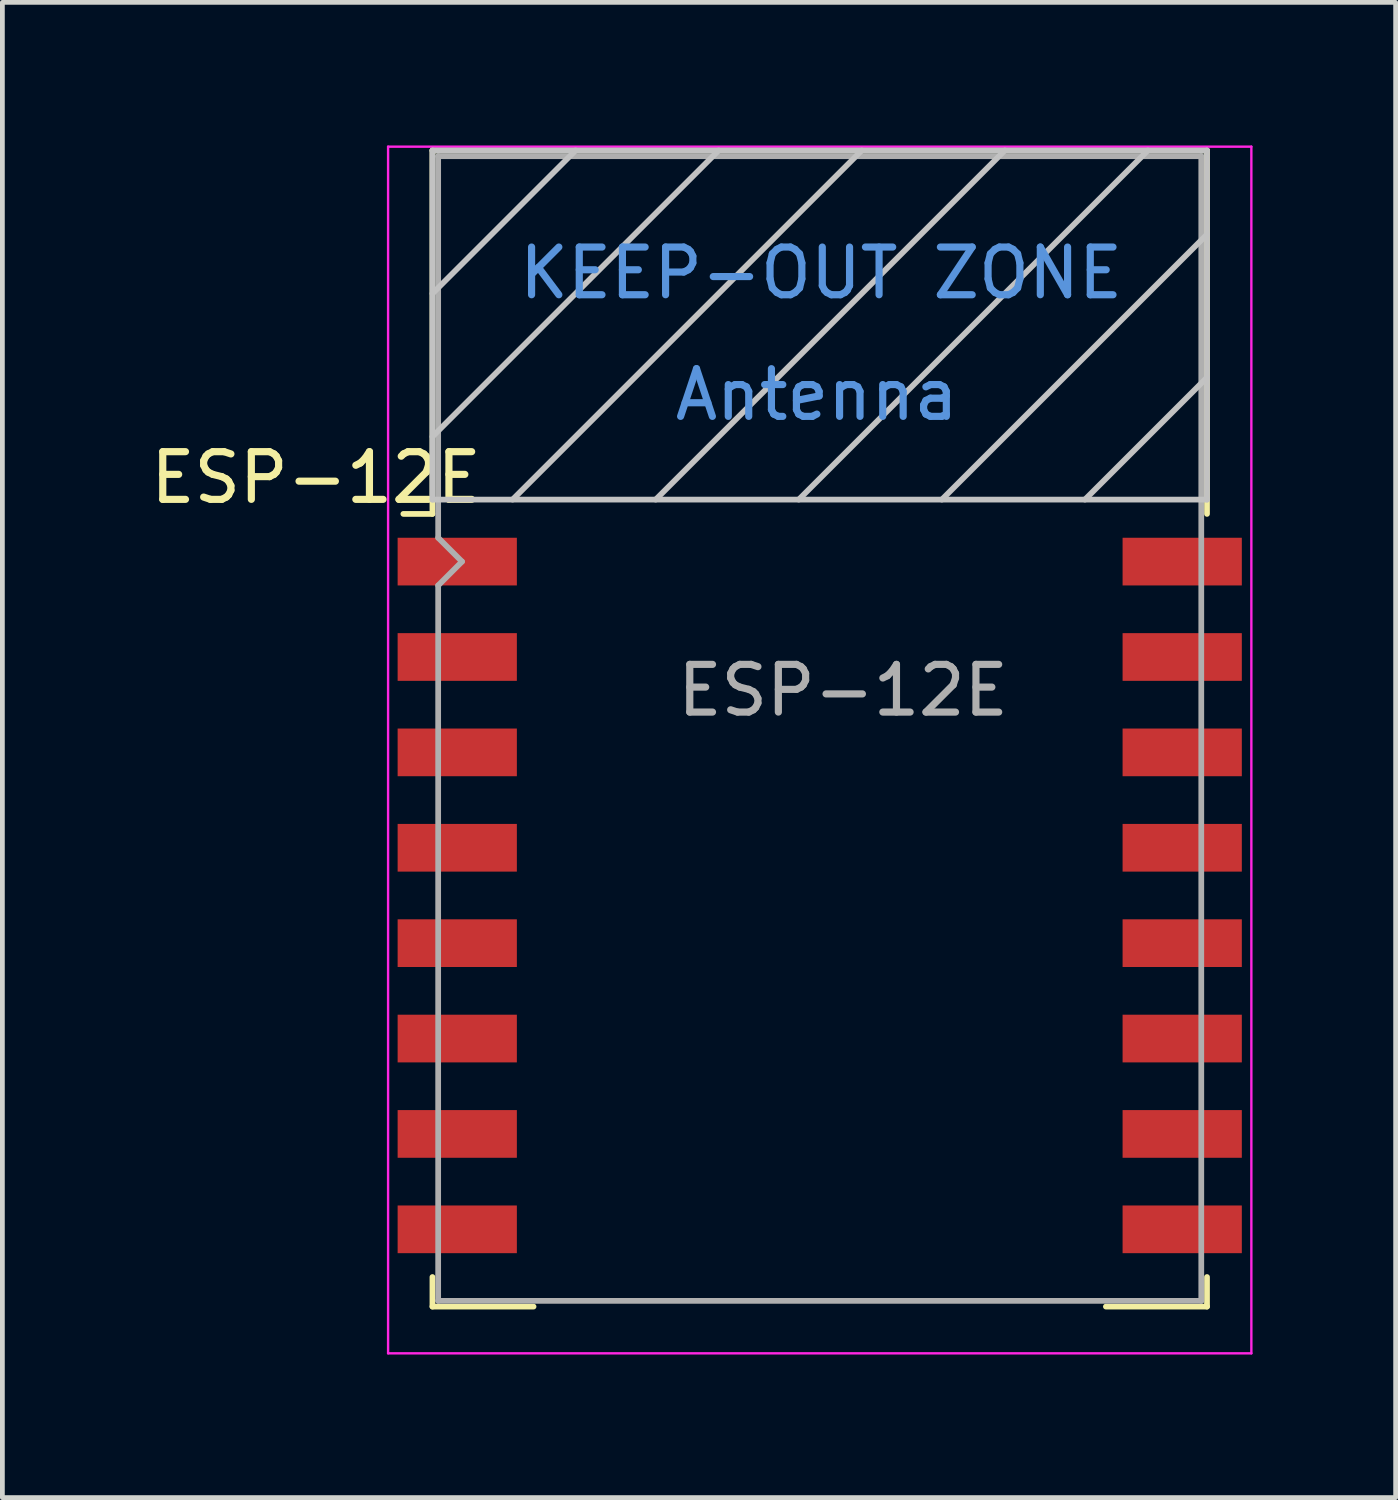
<source format=kicad_pcb>
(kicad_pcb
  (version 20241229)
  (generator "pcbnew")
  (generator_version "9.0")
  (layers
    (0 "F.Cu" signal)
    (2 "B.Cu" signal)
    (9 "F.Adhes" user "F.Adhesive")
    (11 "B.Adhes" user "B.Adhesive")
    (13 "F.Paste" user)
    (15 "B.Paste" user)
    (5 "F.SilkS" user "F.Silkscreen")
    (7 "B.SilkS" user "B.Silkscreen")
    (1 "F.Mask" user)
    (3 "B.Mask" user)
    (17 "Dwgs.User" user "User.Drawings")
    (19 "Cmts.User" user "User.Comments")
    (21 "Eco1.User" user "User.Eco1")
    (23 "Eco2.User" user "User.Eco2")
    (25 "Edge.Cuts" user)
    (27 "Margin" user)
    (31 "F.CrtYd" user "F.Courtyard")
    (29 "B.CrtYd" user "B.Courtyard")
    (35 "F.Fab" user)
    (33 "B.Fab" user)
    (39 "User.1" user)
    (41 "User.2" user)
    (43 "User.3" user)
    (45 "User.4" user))
  (footprint "ESP-12E"
    (placed yes)
    (layer "F.Cu")
    (at 14.137 12.225)
    (property "Reference" "ESP-12E" (at -10.56 -5.26 0) (layer "F.SilkS") (effects (font (size 1 1) (thickness 0.15))))
    (attr smd)
    (fp_line (start -8.12 -12.12) (end 8.12 -12.12) (stroke (width 0.12) (type solid)) (layer "F.SilkS"))
    (fp_line (start -8.12 -4.5) (end -8.73 -4.5) (stroke (width 0.12) (type solid)) (layer "F.SilkS"))
    (fp_line (start -8.12 -4.5) (end -8.12 -12.12) (stroke (width 0.12) (type solid)) (layer "F.SilkS"))
    (fp_line (start -8.12 12.12) (end -8.12 11.5) (stroke (width 0.12) (type solid)) (layer "F.SilkS"))
    (fp_line (start -6 12.12) (end -8.12 12.12) (stroke (width 0.12) (type solid)) (layer "F.SilkS"))
    (fp_line (start 8.12 -12.12) (end 8.12 -4.5) (stroke (width 0.12) (type solid)) (layer "F.SilkS"))
    (fp_line (start 8.12 11.5) (end 8.12 12.12) (stroke (width 0.12) (type solid)) (layer "F.SilkS"))
    (fp_line (start 8.12 12.12) (end 6 12.12) (stroke (width 0.12) (type solid)) (layer "F.SilkS"))
    (fp_line (start -8.12 -12.12) (end 8.12 -12.12) (stroke (width 0.12) (type solid)) (layer "Dwgs.User"))
    (fp_line (start -8.12 -9.12) (end -5.12 -12.12) (stroke (width 0.12) (type solid)) (layer "Dwgs.User"))
    (fp_line (start -8.12 -6.12) (end -2.12 -12.12) (stroke (width 0.12) (type solid)) (layer "Dwgs.User"))
    (fp_line (start -8.12 -4.8) (end -8.12 -12.12) (stroke (width 0.12) (type solid)) (layer "Dwgs.User"))
    (fp_line (start -6.44 -4.8) (end 0.88 -12.12) (stroke (width 0.12) (type solid)) (layer "Dwgs.User"))
    (fp_line (start -3.44 -4.8) (end 3.88 -12.12) (stroke (width 0.12) (type solid)) (layer "Dwgs.User"))
    (fp_line (start -0.44 -4.8) (end 6.88 -12.12) (stroke (width 0.12) (type solid)) (layer "Dwgs.User"))
    (fp_line (start 2.56 -4.8) (end 8.12 -10.36) (stroke (width 0.12) (type solid)) (layer "Dwgs.User"))
    (fp_line (start 5.56 -4.8) (end 8.12 -7.36) (stroke (width 0.12) (type solid)) (layer "Dwgs.User"))
    (fp_line (start 8.12 -12.12) (end 8.12 -4.8) (stroke (width 0.12) (type solid)) (layer "Dwgs.User"))
    (fp_line (start 8.12 -4.8) (end -8.12 -4.8) (stroke (width 0.12) (type solid)) (layer "Dwgs.User"))
    (fp_line (start -9.05 -12.2) (end 9.05 -12.2) (stroke (width 0.05) (type solid)) (layer "F.CrtYd"))
    (fp_line (start -9.05 13.1) (end -9.05 -12.2) (stroke (width 0.05) (type solid)) (layer "F.CrtYd"))
    (fp_line (start 9.05 -12.2) (end 9.05 13.1) (stroke (width 0.05) (type solid)) (layer "F.CrtYd"))
    (fp_line (start 9.05 13.1) (end -9.05 13.1) (stroke (width 0.05) (type solid)) (layer "F.CrtYd"))
    (fp_line (start -8 -12) (end 8 -12) (stroke (width 0.12) (type solid)) (layer "F.Fab"))
    (fp_line (start -8 -4) (end -8 -12) (stroke (width 0.12) (type solid)) (layer "F.Fab"))
    (fp_line (start -8 -3) (end -7.5 -3.5) (stroke (width 0.12) (type solid)) (layer "F.Fab"))
    (fp_line (start -8 12) (end -8 -3) (stroke (width 0.12) (type solid)) (layer "F.Fab"))
    (fp_line (start -7.5 -3.5) (end -8 -4) (stroke (width 0.12) (type solid)) (layer "F.Fab"))
    (fp_line (start 8 -12) (end 8 12) (stroke (width 0.12) (type solid)) (layer "F.Fab"))
    (fp_line (start 8 12) (end -8 12) (stroke (width 0.12) (type solid)) (layer "F.Fab"))
    (fp_text user "Antenna" (at -0.06 -7 180) (layer "Cmts.User") (effects (font (size 1 1) (thickness 0.15))))
    (fp_text user "KEEP-OUT ZONE" (at 0.03 -9.55 180) (layer "Cmts.User") (effects (font (size 1 1) (thickness 0.15))))
    (fp_text user "${REFERENCE}" (at 0.49 -0.8 0) (layer "F.Fab") (effects (font (size 1 1) (thickness 0.15))))
    (pad "1" smd rect (at -7.6 -3.5) (size 2.5 1) (layers "F.Cu" "F.Mask" "F.Paste"))
    (pad "2" smd rect (at -7.6 -1.5) (size 2.5 1) (layers "F.Cu" "F.Mask" "F.Paste"))
    (pad "3" smd rect (at -7.6 0.5) (size 2.5 1) (layers "F.Cu" "F.Mask" "F.Paste"))
    (pad "4" smd rect (at -7.6 2.5) (size 2.5 1) (layers "F.Cu" "F.Mask" "F.Paste"))
    (pad "5" smd rect (at -7.6 4.5) (size 2.5 1) (layers "F.Cu" "F.Mask" "F.Paste"))
    (pad "6" smd rect (at -7.6 6.5) (size 2.5 1) (layers "F.Cu" "F.Mask" "F.Paste"))
    (pad "7" smd rect (at -7.6 8.5) (size 2.5 1) (layers "F.Cu" "F.Mask" "F.Paste"))
    (pad "8" smd rect (at -7.6 10.5) (size 2.5 1) (layers "F.Cu" "F.Mask" "F.Paste"))
    (pad "9" smd rect (at 7.6 10.5) (size 2.5 1) (layers "F.Cu" "F.Mask" "F.Paste"))
    (pad "10" smd rect (at 7.6 8.5) (size 2.5 1) (layers "F.Cu" "F.Mask" "F.Paste"))
    (pad "11" smd rect (at 7.6 6.5) (size 2.5 1) (layers "F.Cu" "F.Mask" "F.Paste"))
    (pad "12" smd rect (at 7.6 4.5) (size 2.5 1) (layers "F.Cu" "F.Mask" "F.Paste"))
    (pad "13" smd rect (at 7.6 2.5) (size 2.5 1) (layers "F.Cu" "F.Mask" "F.Paste"))
    (pad "14" smd rect (at 7.6 0.5) (size 2.5 1) (layers "F.Cu" "F.Mask" "F.Paste"))
    (pad "15" smd rect (at 7.6 -1.5) (size 2.5 1) (layers "F.Cu" "F.Mask" "F.Paste"))
    (pad "16" smd rect (at 7.6 -3.5) (size 2.5 1) (layers "F.Cu" "F.Mask" "F.Paste")))
  (gr_rect
    (start -3 -3)
    (end 26.212 28.35)
    (stroke (width 0.1) (type default))
    (fill no)
    (layer "Edge.Cuts")))
</source>
